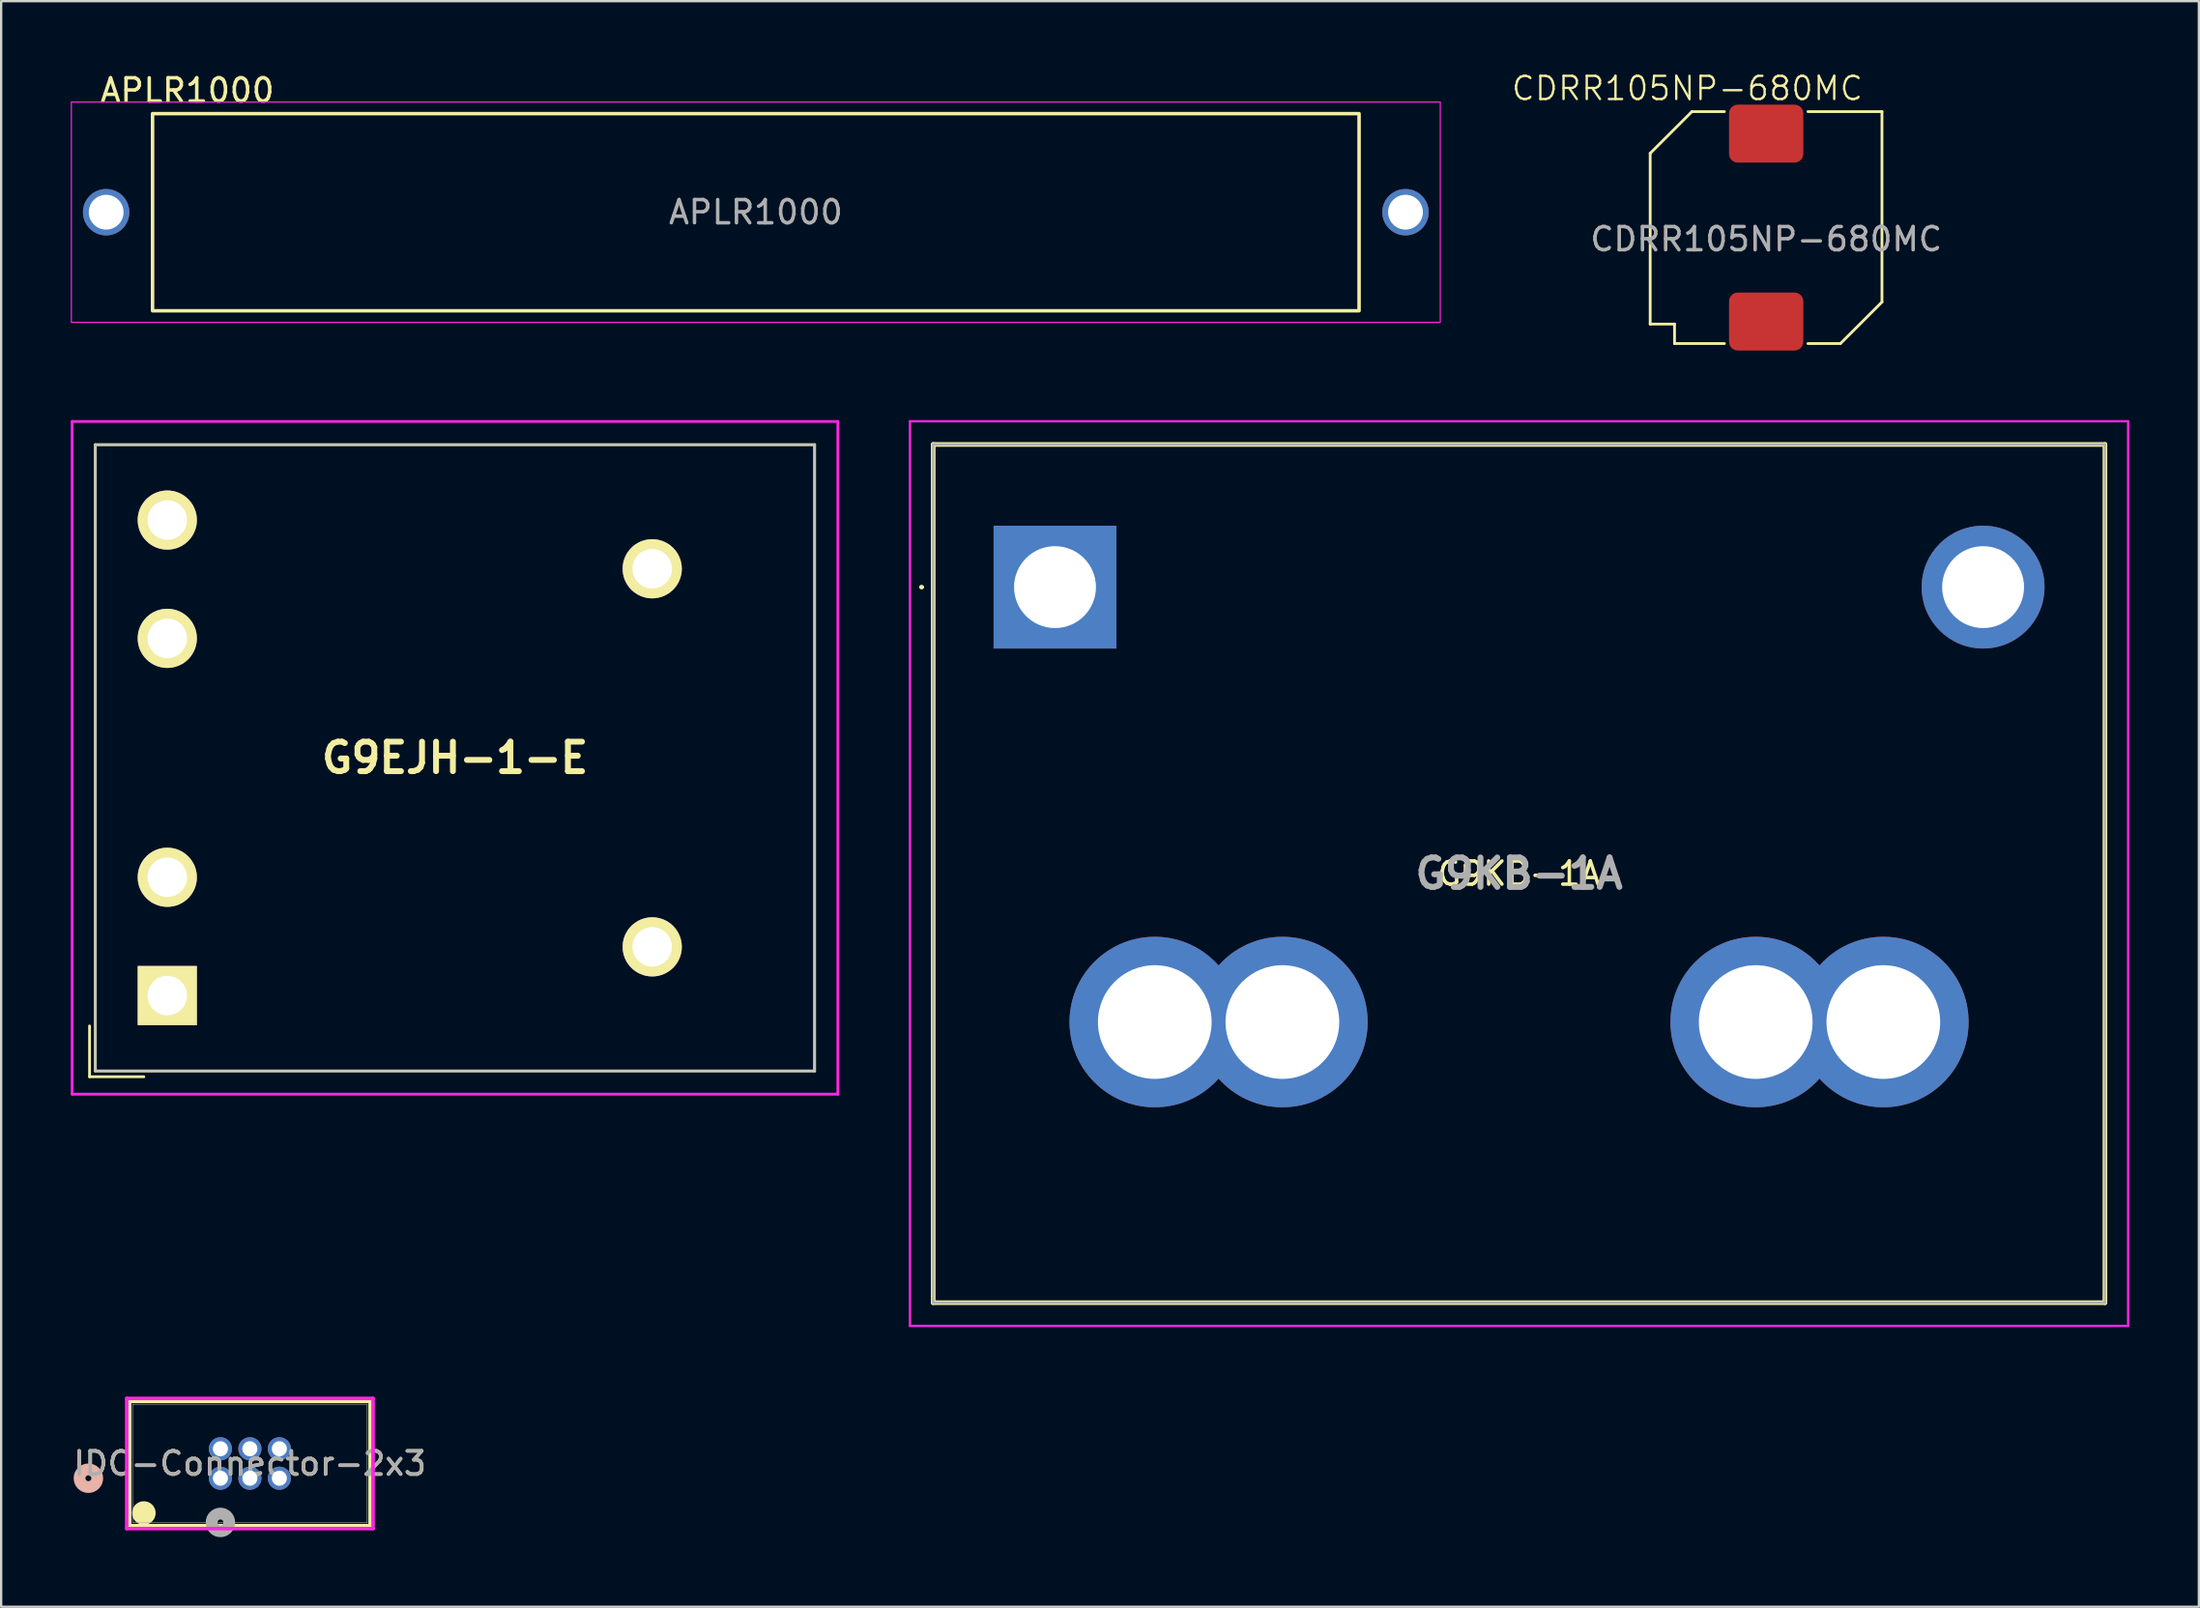
<source format=kicad_pcb>
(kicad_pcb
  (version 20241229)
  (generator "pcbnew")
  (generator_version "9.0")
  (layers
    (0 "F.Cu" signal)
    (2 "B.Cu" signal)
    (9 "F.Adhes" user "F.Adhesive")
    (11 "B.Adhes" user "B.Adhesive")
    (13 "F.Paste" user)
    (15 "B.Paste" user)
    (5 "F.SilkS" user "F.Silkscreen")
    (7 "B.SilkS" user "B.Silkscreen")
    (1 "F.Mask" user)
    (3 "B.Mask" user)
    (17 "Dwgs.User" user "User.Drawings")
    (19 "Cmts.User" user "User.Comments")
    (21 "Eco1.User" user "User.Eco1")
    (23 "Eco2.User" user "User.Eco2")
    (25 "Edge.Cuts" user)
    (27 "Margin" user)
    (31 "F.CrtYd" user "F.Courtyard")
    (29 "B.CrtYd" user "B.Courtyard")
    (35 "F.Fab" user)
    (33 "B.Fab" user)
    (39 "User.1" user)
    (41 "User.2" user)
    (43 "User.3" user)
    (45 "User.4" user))
  (footprint "IDC-Connector-2x3"
    (layer "F.Cu")
    (at 6.45 60.678)
    (property "Reference" "IDC-Connector-2x3" (at 1.27 -0.635 0) (unlocked yes) (layer "F.SilkS") (effects (font (size 1 1) (thickness 0.15))))
    (attr through_hole)
    (fp_line (start -3.912 -3.315) (end -3.912 2.045) (stroke (width 0.152) (type solid)) (layer "F.SilkS"))
    (fp_line (start -3.912 2.045) (end 6.452 2.045) (stroke (width 0.152) (type solid)) (layer "F.SilkS"))
    (fp_line (start 6.452 -3.315) (end -3.912 -3.315) (stroke (width 0.152) (type solid)) (layer "F.SilkS"))
    (fp_line (start 6.452 2.045) (end 6.452 -3.315) (stroke (width 0.152) (type solid)) (layer "F.SilkS"))
    (fp_circle (center -3.3 1.5) (end -3.3 1.5) (stroke (width 0.508) (type solid)) (fill no) (layer "F.SilkS"))
    (fp_circle (center -5.69 0) (end -5.309 0) (stroke (width 0.508) (type solid)) (fill no) (layer "B.SilkS"))
    (fp_line (start -4.039 -3.442) (end -4.039 2.172) (stroke (width 0.152) (type solid)) (layer "F.CrtYd"))
    (fp_line (start -4.039 2.172) (end 6.579 2.172) (stroke (width 0.152) (type solid)) (layer "F.CrtYd"))
    (fp_line (start 6.579 -3.442) (end -4.039 -3.442) (stroke (width 0.152) (type solid)) (layer "F.CrtYd"))
    (fp_line (start 6.579 2.172) (end 6.579 -3.442) (stroke (width 0.152) (type solid)) (layer "F.CrtYd"))
    (fp_line (start -3.785 -3.188) (end -3.785 1.918) (stroke (width 0.025) (type solid)) (layer "F.Fab"))
    (fp_line (start -3.785 1.918) (end 6.325 1.918) (stroke (width 0.025) (type solid)) (layer "F.Fab"))
    (fp_line (start 6.325 -3.188) (end -3.785 -3.188) (stroke (width 0.025) (type solid)) (layer "F.Fab"))
    (fp_line (start 6.325 1.918) (end 6.325 -3.188) (stroke (width 0.025) (type solid)) (layer "F.Fab"))
    (fp_circle (center 0 1.905) (end 0.381 1.905) (stroke (width 0.508) (type solid)) (fill no) (layer "F.Fab"))
    (fp_text user "${REFERENCE}" (at 1.27 -0.635 0) (unlocked yes) (layer "F.Fab") (effects (font (size 1 1) (thickness 0.15))))
    (pad "1" thru_hole circle (at 0 0) (size 1 1) (drill 0.65) (layers "*.Cu" "*.Mask"))
    (pad "2" thru_hole circle (at 0 -1.27) (size 1 1) (drill 0.65) (layers "*.Cu" "*.Mask"))
    (pad "3" thru_hole circle (at 1.27 0) (size 1 1) (drill 0.65) (layers "*.Cu" "*.Mask"))
    (pad "4" thru_hole circle (at 1.27 -1.27) (size 1 1) (drill 0.65) (layers "*.Cu" "*.Mask"))
    (pad "5" thru_hole circle (at 2.54 0) (size 1 1) (drill 0.65) (layers "*.Cu" "*.Mask"))
    (pad "6" thru_hole circle (at 2.54 -1.27) (size 1 1) (drill 0.65) (layers "*.Cu" "*.Mask")))
  (footprint "G9KB-1A"
    (layer "F.Cu")
    (at 42.42 22.261)
    (property "Reference" "G9KB-1A" (at 20 12.35 0) (layer "F.SilkS") (effects (font (size 1 1) (thickness 0.15))))
    (attr through_hole)
    (fp_line (start -5.8 0) (end -5.8 0) (stroke (width 0.1) (type solid)) (layer "F.SilkS"))
    (fp_line (start -5.7 0) (end -5.7 0) (stroke (width 0.1) (type solid)) (layer "F.SilkS"))
    (fp_line (start -5.25 -6.15) (end -5.25 30.85) (stroke (width 0.2) (type solid)) (layer "F.SilkS"))
    (fp_line (start -5.25 30.85) (end 45.25 30.85) (stroke (width 0.2) (type solid)) (layer "F.SilkS"))
    (fp_line (start 45.25 -6.15) (end -5.25 -6.15) (stroke (width 0.2) (type solid)) (layer "F.SilkS"))
    (fp_line (start 45.25 30.85) (end 45.25 -6.15) (stroke (width 0.2) (type solid)) (layer "F.SilkS"))
    (fp_arc (start -5.8 0) (mid -5.75 -0.05) (end -5.7 0) (stroke (width 0.1) (type solid)) (layer "F.SilkS"))
    (fp_arc (start -5.7 0) (mid -5.75 0.05) (end -5.8 0) (stroke (width 0.1) (type solid)) (layer "F.SilkS"))
    (fp_line (start -6.25 -7.15) (end -6.25 31.85) (stroke (width 0.1) (type solid)) (layer "F.CrtYd"))
    (fp_line (start -6.25 31.85) (end 46.25 31.85) (stroke (width 0.1) (type solid)) (layer "F.CrtYd"))
    (fp_line (start 46.25 -7.15) (end -6.25 -7.15) (stroke (width 0.1) (type solid)) (layer "F.CrtYd"))
    (fp_line (start 46.25 31.85) (end 46.25 -7.15) (stroke (width 0.1) (type solid)) (layer "F.CrtYd"))
    (fp_line (start -5.25 -6.15) (end -5.25 30.85) (stroke (width 0.1) (type solid)) (layer "F.Fab"))
    (fp_line (start -5.25 30.85) (end 45.25 30.85) (stroke (width 0.1) (type solid)) (layer "F.Fab"))
    (fp_line (start 45.25 -6.15) (end -5.25 -6.15) (stroke (width 0.1) (type solid)) (layer "F.Fab"))
    (fp_line (start 45.25 30.85) (end 45.25 -6.15) (stroke (width 0.1) (type solid)) (layer "F.Fab"))
    (fp_text user "${REFERENCE}" (at 20 12.35 0) (layer "F.Fab") (effects (font (size 1.27 1.27) (thickness 0.254))))
    (pad "1" thru_hole rect (at 0 0) (size 5.295 5.295) (drill 3.53) (layers "*.Cu" "*.Mask"))
    (pad "2" thru_hole circle (at 40 0) (size 5.295 5.295) (drill 3.53) (layers "*.Cu" "*.Mask"))
    (pad "A3" thru_hole circle (at 4.3 18.75) (size 7.35 7.35) (drill 4.9) (layers "*.Cu" "*.Mask"))
    (pad "A4" thru_hole circle (at 30.2 18.75) (size 7.35 7.35) (drill 4.9) (layers "*.Cu" "*.Mask"))
    (pad "B3" thru_hole circle (at 9.8 18.75) (size 7.35 7.35) (drill 4.9) (layers "*.Cu" "*.Mask"))
    (pad "B4" thru_hole circle (at 35.7 18.75) (size 7.35 7.35) (drill 4.9) (layers "*.Cu" "*.Mask")))
  (footprint "G9EJH-1-E"
    (layer "F.Cu")
    (at 4.16 39.87)
    (property "Reference" "G9EJH-1-E" (at 12.4 -10.25 0) (layer "F.SilkS") (effects (font (size 1.27 1.27) (thickness 0.254))))
    (attr through_hole exclude_from_pos_files)
    (fp_line (start -3.35 3.5) (end -3.35 1.31) (stroke (width 0.12) (type solid)) (layer "F.SilkS"))
    (fp_line (start -3.1 -23.75) (end 27.9 -23.75) (stroke (width 0.12) (type solid)) (layer "F.SilkS"))
    (fp_line (start -3.1 3.25) (end -3.1 -23.75) (stroke (width 0.12) (type solid)) (layer "F.SilkS"))
    (fp_line (start -1.01 3.5) (end -3.35 3.5) (stroke (width 0.12) (type solid)) (layer "F.SilkS"))
    (fp_line (start 27.9 -23.75) (end 27.9 3.25) (stroke (width 0.12) (type solid)) (layer "F.SilkS"))
    (fp_line (start 27.9 3.25) (end -3.1 3.25) (stroke (width 0.12) (type solid)) (layer "F.SilkS"))
    (fp_line (start -3.1 -23.75) (end 27.9 -23.75) (stroke (width 0.1) (type solid)) (layer "Dwgs.User"))
    (fp_line (start -3.1 3.25) (end -3.1 -23.75) (stroke (width 0.1) (type solid)) (layer "Dwgs.User"))
    (fp_line (start 27.9 -23.75) (end 27.9 3.25) (stroke (width 0.1) (type solid)) (layer "Dwgs.User"))
    (fp_line (start 27.9 3.25) (end -3.1 3.25) (stroke (width 0.1) (type solid)) (layer "Dwgs.User"))
    (fp_line (start -4.1 -24.75) (end 28.9 -24.75) (stroke (width 0.12) (type solid)) (layer "F.CrtYd"))
    (fp_line (start -4.1 4.25) (end -4.1 -24.75) (stroke (width 0.12) (type solid)) (layer "F.CrtYd"))
    (fp_line (start 28.9 -24.75) (end 28.9 4.25) (stroke (width 0.12) (type solid)) (layer "F.CrtYd"))
    (fp_line (start 28.9 4.25) (end -4.1 4.25) (stroke (width 0.12) (type solid)) (layer "F.CrtYd"))
    (pad "1" thru_hole circle (at 20.9 -18.4 90) (size 2.55 2.55) (drill 1.7) (layers "*.Cu" "*.Mask" "F.SilkS"))
    (pad "2" thru_hole circle (at 20.9 -2.1 90) (size 2.55 2.55) (drill 1.7) (layers "*.Cu" "*.Mask" "F.SilkS"))
    (pad "A3" thru_hole circle (at 0 -20.5 90) (size 2.55 2.55) (drill 1.7) (layers "*.Cu" "*.Mask" "F.SilkS"))
    (pad "A4" thru_hole circle (at 0 -5.1 90) (size 2.55 2.55) (drill 1.7) (layers "*.Cu" "*.Mask" "F.SilkS"))
    (pad "B3" thru_hole circle (at 0 -15.4 90) (size 2.55 2.55) (drill 1.7) (layers "*.Cu" "*.Mask" "F.SilkS"))
    (pad "B4" thru_hole rect (at 0 0 90) (size 2.55 2.55) (drill 1.7) (layers "*.Cu" "*.Mask" "F.SilkS")))
  (footprint "APLR1000"
    (layer "F.Cu")
    (at 3.525 1.848)
    (property "Reference" "APLR1000" (at 1.5 -1 0) (unlocked yes) (layer "F.SilkS") (effects (font (size 1 1) (thickness 0.15))))
    (attr exclude_from_pos_files exclude_from_bom)
    (fp_rect (start 0 0) (end 52 8.5) (stroke (width 0.15) (type solid)) (fill no) (layer "F.SilkS"))
    (fp_rect (start -3.5 -0.5) (end 55.5 9) (stroke (width 0.05) (type default)) (fill no) (layer "F.CrtYd"))
    (fp_text user "${REFERENCE}" (at 26 4.25 0) (unlocked yes) (layer "F.Fab") (effects (font (size 1 1) (thickness 0.15))))
    (pad "1" thru_hole circle (at -2 4.25) (size 2 2) (drill 1.5) (layers "*.Cu" "*.Mask"))
    (pad "2" thru_hole circle (at 54 4.25) (size 2 2) (drill 1.5) (layers "*.Cu" "*.Mask")))
  (footprint "CDRR105NP-680MC"
    (layer "F.Cu")
    (at 73.071 6.761)
    (property "Reference" "CDRR105NP-680MC" (at -3.4 -6 0) (unlocked yes) (layer "F.SilkS") (effects (font (size 1 1) (thickness 0.1))))
    (attr exclude_from_pos_files exclude_from_bom)
    (fp_line (start -5 4.16) (end -5 -3.2) (stroke (width 0.12) (type solid)) (layer "F.SilkS"))
    (fp_line (start -3.95 4.16) (end -5 4.16) (stroke (width 0.12) (type solid)) (layer "F.SilkS"))
    (fp_line (start -3.95 5) (end -3.95 4.16) (stroke (width 0.12) (type solid)) (layer "F.SilkS"))
    (fp_line (start -3.2 -5) (end -5 -3.2) (stroke (width 0.12) (type solid)) (layer "F.SilkS"))
    (fp_line (start -1.8 -5) (end -3.2 -5) (stroke (width 0.12) (type solid)) (layer "F.SilkS"))
    (fp_line (start -1.8 5) (end -3.95 5) (stroke (width 0.12) (type solid)) (layer "F.SilkS"))
    (fp_line (start 1.8 5) (end 3.2 5) (stroke (width 0.12) (type solid)) (layer "F.SilkS"))
    (fp_line (start 3.2 5) (end 4.99 3.21) (stroke (width 0.12) (type solid)) (layer "F.SilkS"))
    (fp_line (start 4.99 -5) (end 1.8 -5) (stroke (width 0.12) (type solid)) (layer "F.SilkS"))
    (fp_line (start 4.99 3.21) (end 4.99 -5) (stroke (width 0.12) (type solid)) (layer "F.SilkS"))
    (fp_text user "${REFERENCE}" (at 0 0.5 0) (unlocked yes) (layer "F.Fab") (effects (font (size 1 1) (thickness 0.15))))
    (pad "1" smd roundrect (at 0 4.05) (size 3.2 2.5) (layers "F.Cu" "F.Mask" "F.Paste") (roundrect_rratio 0.15))
    (pad "2" smd roundrect (at 0 -4.05) (size 3.2 2.5) (layers "F.Cu" "F.Mask" "F.Paste") (roundrect_rratio 0.15)))
  (gr_rect
    (start -3 -3)
    (end 91.72 66.218)
    (stroke (width 0.1) (type default))
    (fill no)
    (layer "Edge.Cuts")))
</source>
